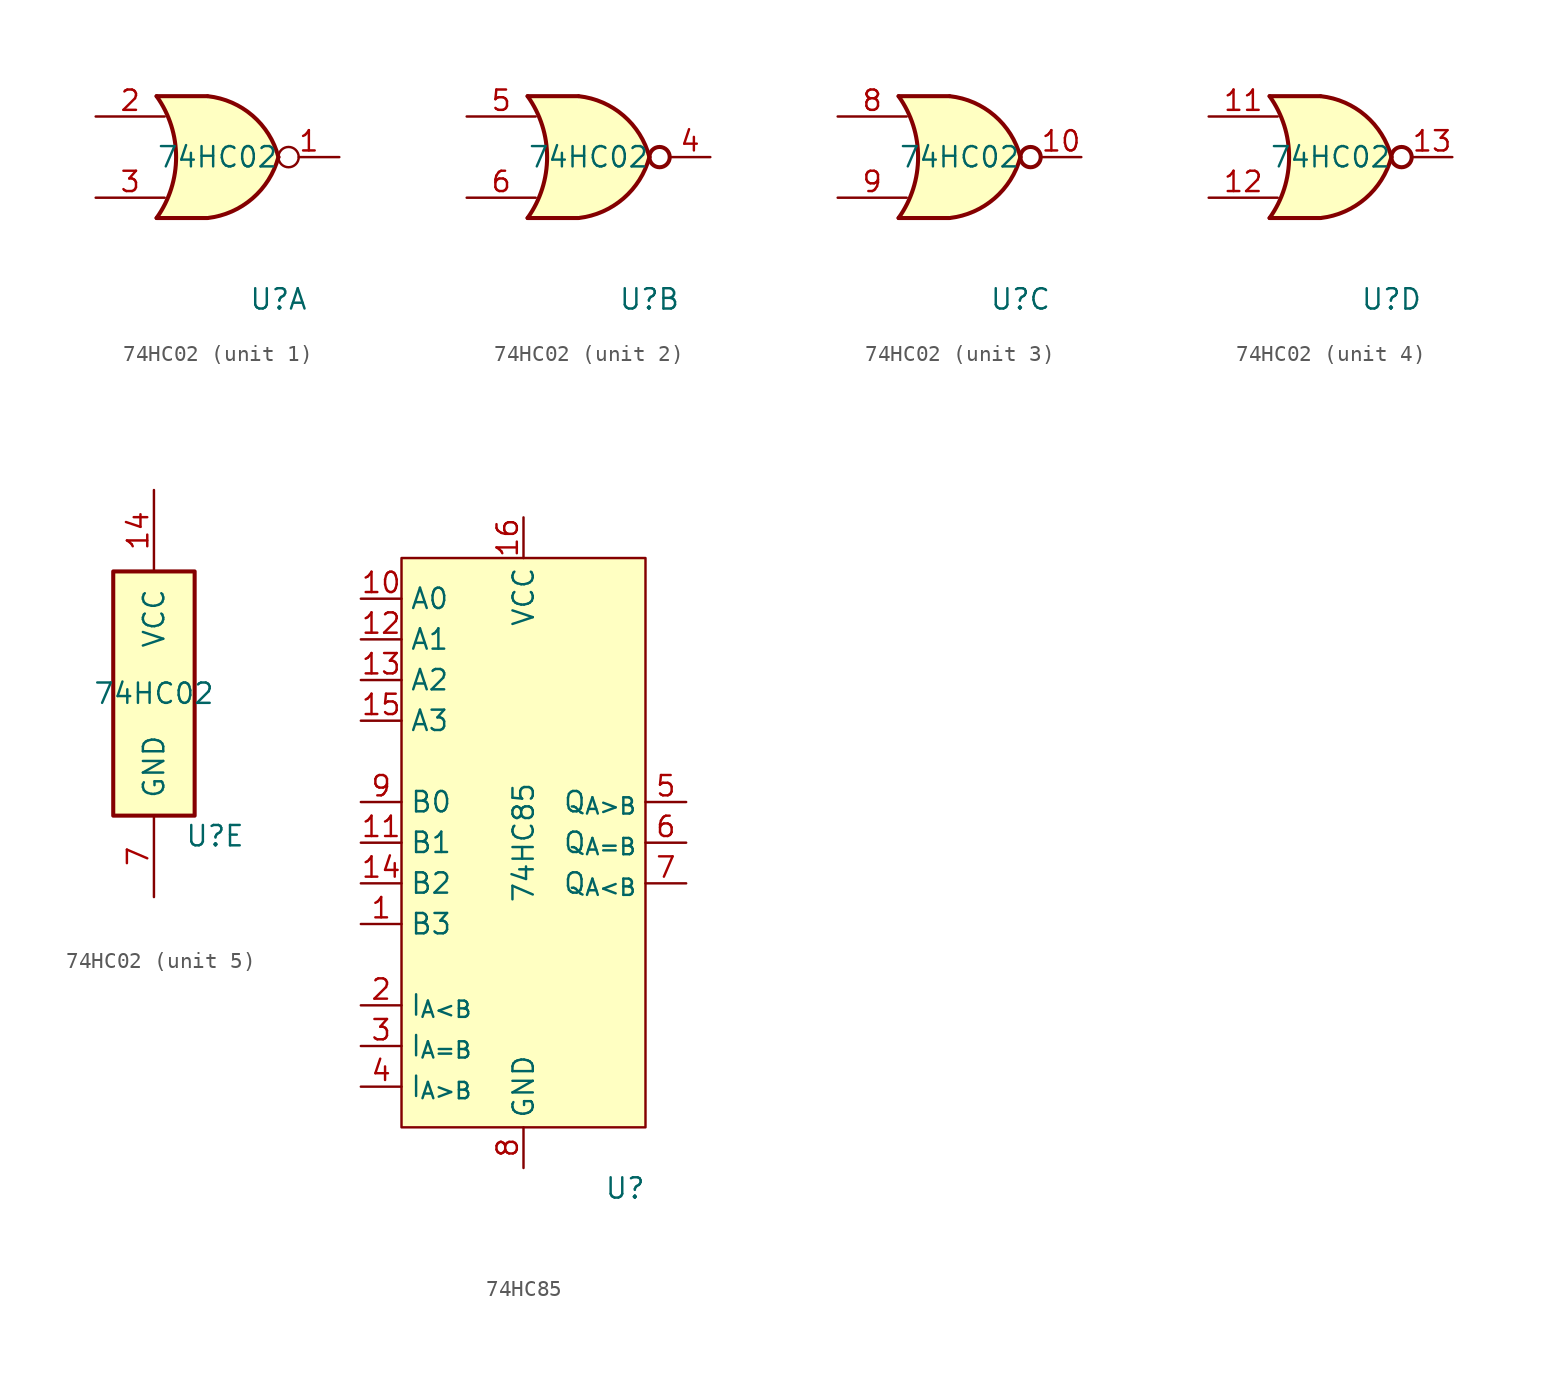
<source format=kicad_sym>
(kicad_symbol_lib
  (version 20211014)
  (generator kicad_symbol_editor)
  (symbol "74HC02"
    (pin_names
      (offset 1.016))
    (property "Reference" "U"
      (at 3.81 -8.89 0)
      (effects (font (size 1.27 1.27))))
    (property "Value" "74HC02"
      (at 0 0 0)
      (effects (font (size 1.27 1.27))))
    (property "ki_locked" ""
      (at 0 0 0)
      (effects (font (size 1.27 1.27))))
    (symbol "74HC02_1_1"
      (arc (start -3.81 -3.81) (mid -2.589 0) (end -3.81 3.81) (stroke (width 0.254) (type default) (color 0 0 0 0)) (fill (type none)))
      (arc (start -0.6096 -3.81) (mid 2.1855 -2.584) (end 3.81 0) (stroke (width 0.254) (type default) (color 0 0 0 0)) (fill (type background)))
      (polyline (pts (xy -3.81 -3.81) (xy -0.635 -3.81)) (stroke (width 0.254) (type default) (color 0 0 0 0)) (fill (type background)))
      (polyline (pts (xy -3.81 3.81) (xy -0.635 3.81)) (stroke (width 0.254) (type default) (color 0 0 0 0)) (fill (type background)))
      (polyline (pts (xy -0.635 3.81) (xy -3.81 3.81) (xy -3.81 3.81) (xy -3.556 3.404) (xy -3.023 2.261) (xy -2.692 1.041) (xy -2.616 -0.254) (xy -2.769 -1.499) (xy -3.175 -2.718) (xy -3.81 -3.81) (xy -3.81 -3.81) (xy -0.635 -3.81)) (stroke (width -25.4) (type default) (color 0 0 0 0)) (fill (type background)))
      (arc (start 3.81 0) (mid 2.1928 2.5925) (end -0.6096 3.81) (stroke (width 0.254) (type default) (color 0 0 0 0)) (fill (type background)))
      (pin output inverted (at 7.62 0 180) (length 3.81) (name "~" (effects (font (size 1.27 1.27)))) (number "1" (effects (font (size 1.27 1.27)))))
      (pin input line (at -7.62 2.54 0) (length 4.318) (name "~" (effects (font (size 1.27 1.27)))) (number "2" (effects (font (size 1.27 1.27)))))
      (pin input line (at -7.62 -2.54 0) (length 4.318) (name "~" (effects (font (size 1.27 1.27)))) (number "3" (effects (font (size 1.27 1.27))))))
    (symbol "74HC02_2_1"
      (arc (start -3.81 -3.81) (mid -2.589 0) (end -3.81 3.81) (stroke (width 0.254) (type default) (color 0 0 0 0)) (fill (type none)))
      (arc (start -0.6096 -3.81) (mid 2.1855 -2.584) (end 3.81 0) (stroke (width 0.254) (type default) (color 0 0 0 0)) (fill (type background)))
      (polyline (pts (xy -3.81 -3.81) (xy -0.635 -3.81)) (stroke (width 0.254) (type default) (color 0 0 0 0)) (fill (type background)))
      (polyline (pts (xy -3.81 3.81) (xy -0.635 3.81)) (stroke (width 0.254) (type default) (color 0 0 0 0)) (fill (type background)))
      (polyline (pts (xy -0.635 3.81) (xy -3.81 3.81) (xy -3.81 3.81) (xy -3.556 3.404) (xy -3.023 2.261) (xy -2.692 1.041) (xy -2.616 -0.254) (xy -2.769 -1.499) (xy -3.175 -2.718) (xy -3.81 -3.81) (xy -3.81 -3.81) (xy -0.635 -3.81)) (stroke (width -25.4) (type default) (color 0 0 0 0)) (fill (type background)))
      (arc (start 3.81 0) (mid 2.1928 2.5925) (end -0.6096 3.81) (stroke (width 0.254) (type default) (color 0 0 0 0)) (fill (type background)))
      (circle (center 4.445 0) (radius 0.635) (stroke (width 0.254) (type default) (color 0 0 0 0)) (fill (type none)))
      (pin output line (at 7.62 0 180) (length 2.54) (name "~" (effects (font (size 1.27 1.27)))) (number "4" (effects (font (size 1.27 1.27)))))
      (pin input line (at -7.62 2.54 0) (length 4.318) (name "~" (effects (font (size 1.27 1.27)))) (number "5" (effects (font (size 1.27 1.27)))))
      (pin input line (at -7.62 -2.54 0) (length 4.318) (name "~" (effects (font (size 1.27 1.27)))) (number "6" (effects (font (size 1.27 1.27))))))
    (symbol "74HC02_3_1"
      (arc (start -3.81 -3.81) (mid -2.589 0) (end -3.81 3.81) (stroke (width 0.254) (type default) (color 0 0 0 0)) (fill (type none)))
      (arc (start -0.6096 -3.81) (mid 2.1855 -2.584) (end 3.81 0) (stroke (width 0.254) (type default) (color 0 0 0 0)) (fill (type background)))
      (polyline (pts (xy -3.81 -3.81) (xy -0.635 -3.81)) (stroke (width 0.254) (type default) (color 0 0 0 0)) (fill (type background)))
      (polyline (pts (xy -3.81 3.81) (xy -0.635 3.81)) (stroke (width 0.254) (type default) (color 0 0 0 0)) (fill (type background)))
      (polyline (pts (xy -0.635 3.81) (xy -3.81 3.81) (xy -3.81 3.81) (xy -3.556 3.404) (xy -3.023 2.261) (xy -2.692 1.041) (xy -2.616 -0.254) (xy -2.769 -1.499) (xy -3.175 -2.718) (xy -3.81 -3.81) (xy -3.81 -3.81) (xy -0.635 -3.81)) (stroke (width -25.4) (type default) (color 0 0 0 0)) (fill (type background)))
      (arc (start 3.81 0) (mid 2.1928 2.5925) (end -0.6096 3.81) (stroke (width 0.254) (type default) (color 0 0 0 0)) (fill (type background)))
      (circle (center 4.445 0) (radius 0.635) (stroke (width 0.254) (type default) (color 0 0 0 0)) (fill (type none)))
      (pin output line (at 7.62 0 180) (length 2.54) (name "~" (effects (font (size 1.27 1.27)))) (number "10" (effects (font (size 1.27 1.27)))))
      (pin input line (at -7.62 2.54 0) (length 4.318) (name "~" (effects (font (size 1.27 1.27)))) (number "8" (effects (font (size 1.27 1.27)))))
      (pin input line (at -7.62 -2.54 0) (length 4.318) (name "~" (effects (font (size 1.27 1.27)))) (number "9" (effects (font (size 1.27 1.27))))))
    (symbol "74HC02_4_1"
      (arc (start -3.81 -3.81) (mid -2.589 0) (end -3.81 3.81) (stroke (width 0.254) (type default) (color 0 0 0 0)) (fill (type none)))
      (arc (start -0.6096 -3.81) (mid 2.1855 -2.584) (end 3.81 0) (stroke (width 0.254) (type default) (color 0 0 0 0)) (fill (type background)))
      (polyline (pts (xy -3.81 -3.81) (xy -0.635 -3.81)) (stroke (width 0.254) (type default) (color 0 0 0 0)) (fill (type background)))
      (polyline (pts (xy -3.81 3.81) (xy -0.635 3.81)) (stroke (width 0.254) (type default) (color 0 0 0 0)) (fill (type background)))
      (polyline (pts (xy -0.635 3.81) (xy -3.81 3.81) (xy -3.81 3.81) (xy -3.556 3.404) (xy -3.023 2.261) (xy -2.692 1.041) (xy -2.616 -0.254) (xy -2.769 -1.499) (xy -3.175 -2.718) (xy -3.81 -3.81) (xy -3.81 -3.81) (xy -0.635 -3.81)) (stroke (width -25.4) (type default) (color 0 0 0 0)) (fill (type background)))
      (arc (start 3.81 0) (mid 2.1928 2.5925) (end -0.6096 3.81) (stroke (width 0.254) (type default) (color 0 0 0 0)) (fill (type background)))
      (circle (center 4.445 0) (radius 0.635) (stroke (width 0.254) (type default) (color 0 0 0 0)) (fill (type none)))
      (pin input line (at -7.62 2.54 0) (length 4.318) (name "~" (effects (font (size 1.27 1.27)))) (number "11" (effects (font (size 1.27 1.27)))))
      (pin input line (at -7.62 -2.54 0) (length 4.318) (name "~" (effects (font (size 1.27 1.27)))) (number "12" (effects (font (size 1.27 1.27)))))
      (pin output line (at 7.62 0 180) (length 2.54) (name "~" (effects (font (size 1.27 1.27)))) (number "13" (effects (font (size 1.27 1.27))))))
    (symbol "74HC02_5_0"
      (pin power_in line (at 0 12.7 270) (length 5.08) (name "VCC" (effects (font (size 1.27 1.27)))) (number "14" (effects (font (size 1.27 1.27)))))
      (pin power_in line (at 0 -12.7 90) (length 5.08) (name "GND" (effects (font (size 1.27 1.27)))) (number "7" (effects (font (size 1.27 1.27))))))
    (symbol "74HC02_5_1"
      (rectangle (start -2.54 7.62) (end 2.54 -7.62) (stroke (width 0.254) (type default) (color 0 0 0 0)) (fill (type background)))))
  (symbol "74HC85"
    (property "Reference" "U"
      (at 6.35 -21.59 0)
      (effects (font (size 1.27 1.27))))
    (property "Value" "74HC85"
      (at 0 0 90)
      (effects (font (size 1.27 1.27))))
    (symbol "74HC85_0_1"
      (rectangle (start -7.62 17.78) (end 7.62 -17.78) (stroke (width 0) (type default) (color 0 0 0 0)) (fill (type background))))
    (symbol "74HC85_1_1"
      (pin input line (at -10.16 -5.08 0) (length 2.54) (name "B3" (effects (font (size 1.27 1.27)))) (number "1" (effects (font (size 1.27 1.27)))))
      (pin input line (at -10.16 15.24 0) (length 2.54) (name "A0" (effects (font (size 1.27 1.27)))) (number "10" (effects (font (size 1.27 1.27)))))
      (pin input line (at -10.16 0 0) (length 2.54) (name "B1" (effects (font (size 1.27 1.27)))) (number "11" (effects (font (size 1.27 1.27)))))
      (pin input line (at -10.16 12.7 0) (length 2.54) (name "A1" (effects (font (size 1.27 1.27)))) (number "12" (effects (font (size 1.27 1.27)))))
      (pin input line (at -10.16 10.16 0) (length 2.54) (name "A2" (effects (font (size 1.27 1.27)))) (number "13" (effects (font (size 1.27 1.27)))))
      (pin input line (at -10.16 -2.54 0) (length 2.54) (name "B2" (effects (font (size 1.27 1.27)))) (number "14" (effects (font (size 1.27 1.27)))))
      (pin input line (at -10.16 7.62 0) (length 2.54) (name "A3" (effects (font (size 1.27 1.27)))) (number "15" (effects (font (size 1.27 1.27)))))
      (pin power_in line (at 0 20.32 270) (length 2.54) (name "VCC" (effects (font (size 1.27 1.27)))) (number "16" (effects (font (size 1.27 1.27)))))
      (pin input line (at -10.16 -10.16 0) (length 2.54) (name "I_{A<B}" (effects (font (size 1.27 1.27)))) (number "2" (effects (font (size 1.27 1.27)))))
      (pin input line (at -10.16 -12.7 0) (length 2.54) (name "I_{A=B}" (effects (font (size 1.27 1.27)))) (number "3" (effects (font (size 1.27 1.27)))))
      (pin input line (at -10.16 -15.24 0) (length 2.54) (name "I_{A>B}" (effects (font (size 1.27 1.27)))) (number "4" (effects (font (size 1.27 1.27)))))
      (pin output line (at 10.16 2.54 180) (length 2.54) (name "Q_{A>B}" (effects (font (size 1.27 1.27)))) (number "5" (effects (font (size 1.27 1.27)))))
      (pin output line (at 10.16 0 180) (length 2.54) (name "Q_{A=B}" (effects (font (size 1.27 1.27)))) (number "6" (effects (font (size 1.27 1.27)))))
      (pin output line (at 10.16 -2.54 180) (length 2.54) (name "Q_{A<B}" (effects (font (size 1.27 1.27)))) (number "7" (effects (font (size 1.27 1.27)))))
      (pin power_in line (at 0 -20.32 90) (length 2.54) (name "GND" (effects (font (size 1.27 1.27)))) (number "8" (effects (font (size 1.27 1.27)))))
      (pin input line (at -10.16 2.54 0) (length 2.54) (name "B0" (effects (font (size 1.27 1.27)))) (number "9" (effects (font (size 1.27 1.27))))))))
</source>
